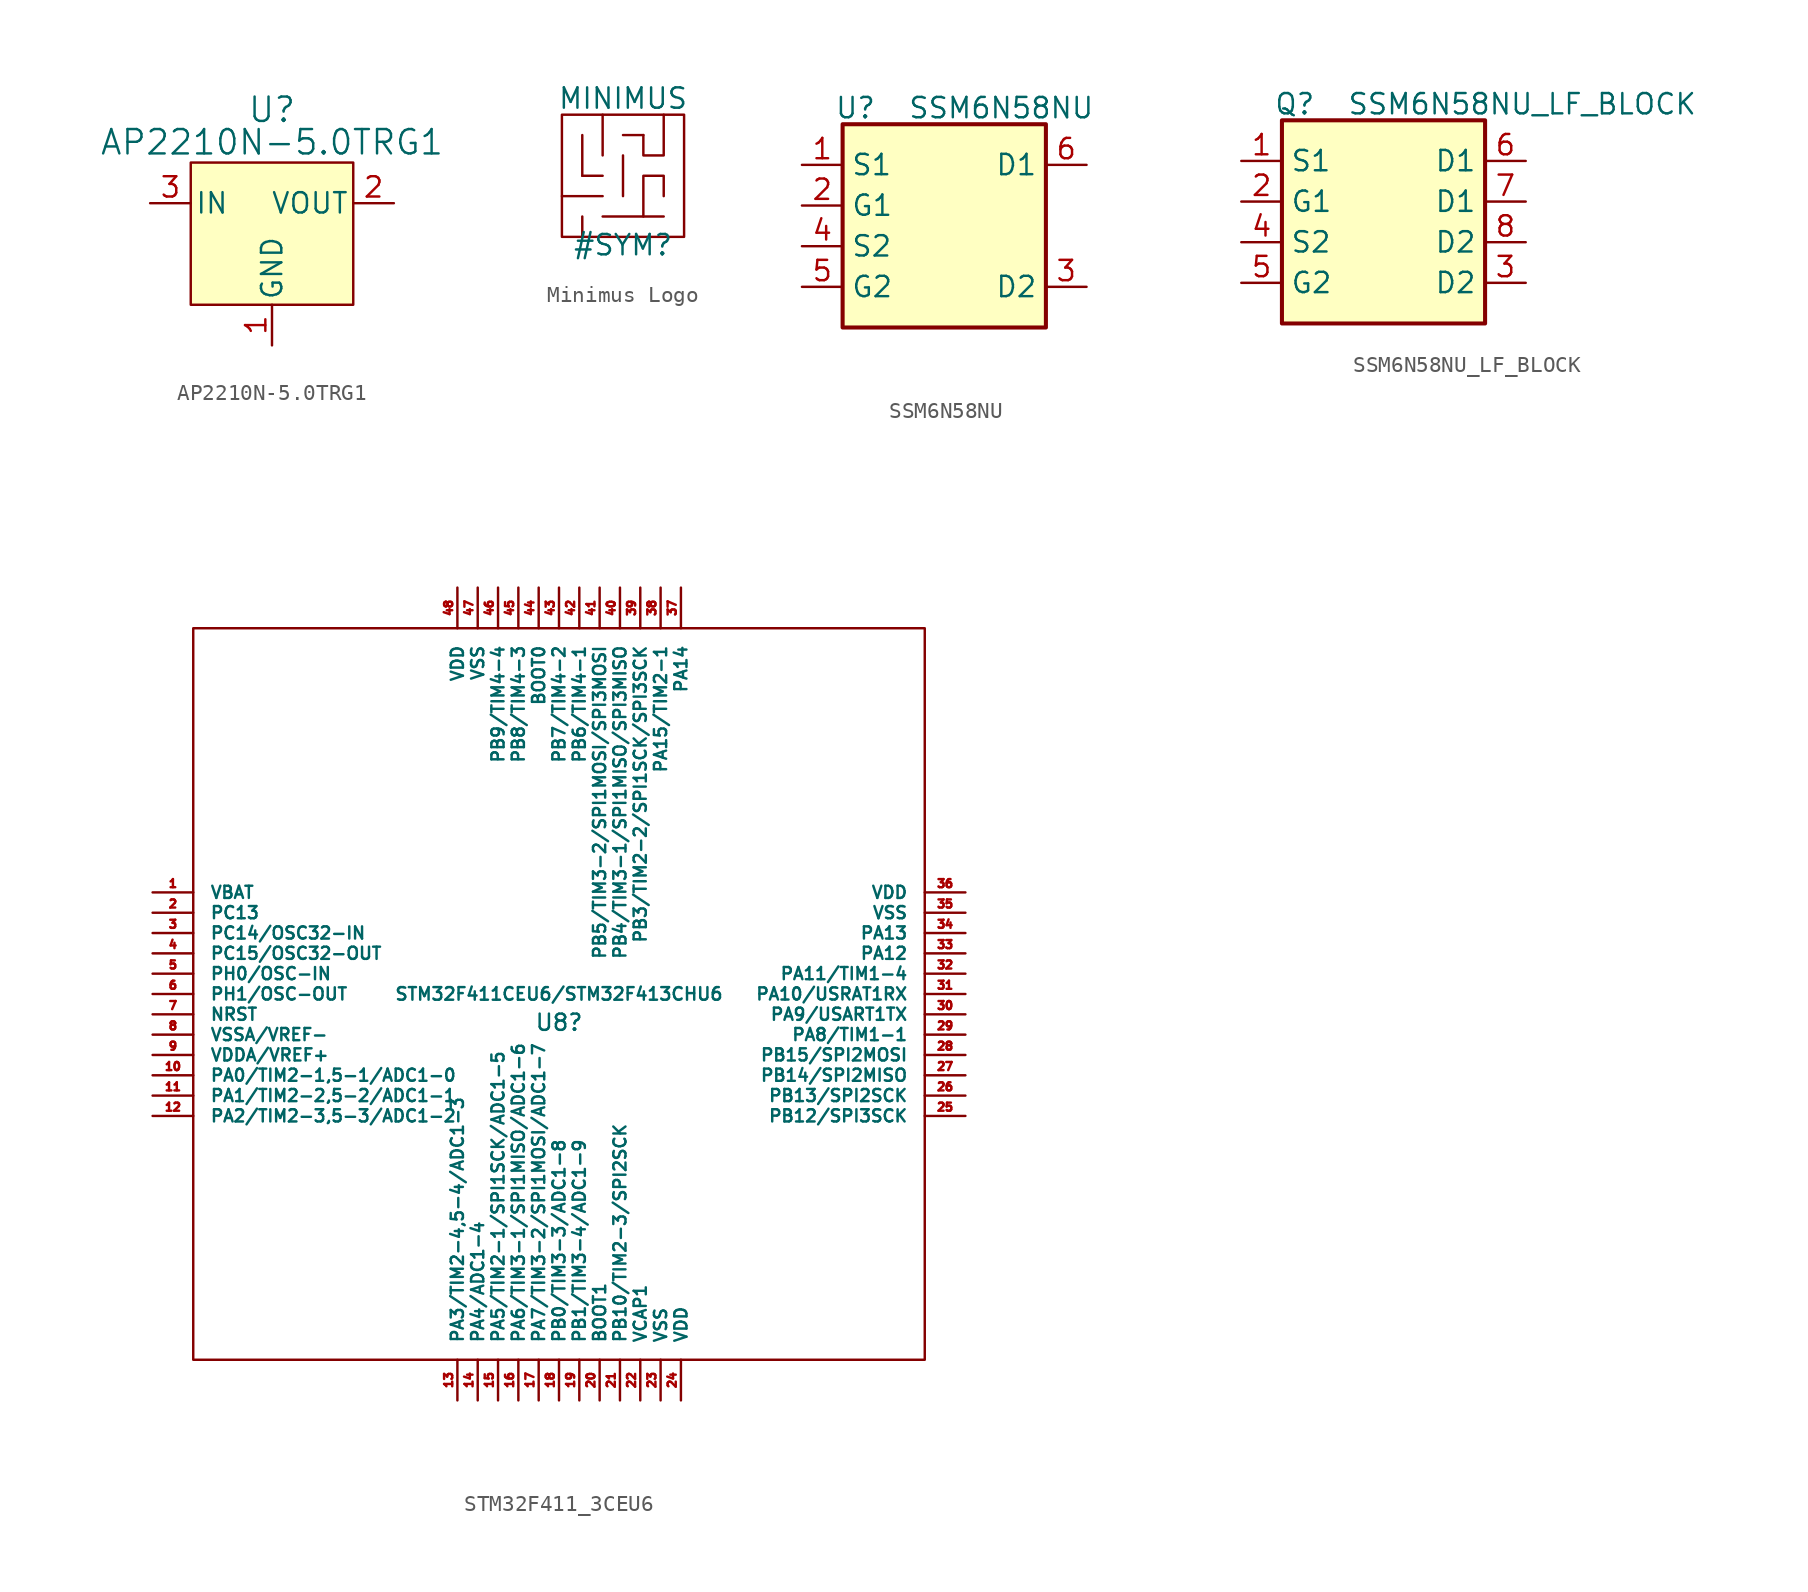
<source format=kicad_sym>
(kicad_symbol_lib
  (version 20241209)
  (generator "kicad_symbol_editor")
  (generator_version "9.0")
  (symbol "AP2210N-5.0TRG1"
    (pin_names
      (offset 0.254))
    (property "Reference" "U"
      (at 0 7.112 0)
      (effects (font (size 1.524 1.524))))
    (property "Value" "AP2210N-5.0TRG1"
      (at 0 5.08 0)
      (effects (font (size 1.524 1.524))))
    (symbol "AP2210N-5.0TRG1_1_1"
      (rectangle (start -5.08 3.81) (end 5.08 -5.08) (stroke (width 0) (type default)) (fill (type background)))
      (pin unspecified line (at -7.62 1.27 0) (length 2.54) (name "IN" (effects (font (size 1.27 1.27)))) (number "3" (effects (font (size 1.27 1.27)))))
      (pin power_out line (at 0 -7.62 90) (length 2.54) (name "GND" (effects (font (size 1.27 1.27)))) (number "1" (effects (font (size 1.27 1.27)))))
      (pin output line (at 7.62 1.27 180) (length 2.54) (name "VOUT" (effects (font (size 1.27 1.27)))) (number "2" (effects (font (size 1.27 1.27)))))))
  (symbol "Minimus Logo"
    (property "Reference" "#SYM"
      (at 0 -4.318 0)
      (effects (font (size 1.27 1.27))))
    (property "Value" "MINIMUS"
      (at 0 4.826 0)
      (effects (font (size 1.27 1.27))))
    (symbol "Minimus Logo_0_1"
      (rectangle (start -3.81 3.81) (end 3.81 -3.81) (stroke (width 0) (type default)) (fill (type none))))
    (symbol "Minimus Logo_1_1"
      (polyline (pts (xy -3.81 -1.27) (xy -1.27 -1.27)) (stroke (width 0) (type default)) (fill (type none)))
      (polyline (pts (xy -2.54 0) (xy -2.54 2.54)) (stroke (width 0) (type default)) (fill (type none)))
      (polyline (pts (xy -2.54 -3.81) (xy -2.54 -2.54)) (stroke (width 0) (type default)) (fill (type none)))
      (polyline (pts (xy -1.27 1.27) (xy -1.27 3.81)) (stroke (width 0) (type default)) (fill (type none)))
      (polyline (pts (xy -1.27 0) (xy -2.54 0)) (stroke (width 0) (type default)) (fill (type none)))
      (polyline (pts (xy -1.27 -2.54) (xy 1.27 -2.54) (xy 1.27 0) (xy 2.54 0) (xy 2.54 -1.27)) (stroke (width 0) (type default)) (fill (type none)))
      (polyline (pts (xy 0 2.54) (xy 1.27 2.54)) (stroke (width 0) (type default)) (fill (type none)))
      (polyline (pts (xy 0 -1.27) (xy 0 1.27)) (stroke (width 0) (type default)) (fill (type none)))
      (polyline (pts (xy 1.27 2.54) (xy 1.27 1.27) (xy 2.54 1.27) (xy 2.54 3.81)) (stroke (width 0) (type default)) (fill (type none)))
      (polyline (pts (xy 2.54 -2.54) (xy 1.27 -2.54)) (stroke (width 0) (type default)) (fill (type none)))))
  (symbol "SSM6N58NU"
    (property "Reference" "U"
      (at -6.858 7.366 0)
      (effects (font (size 1.27 1.27)) (justify left)))
    (property "Value" "SSM6N58NU"
      (at -2.286 7.366 0)
      (effects (font (size 1.27 1.27)) (justify left)))
    (symbol "SSM6N58NU_0_1"
      (rectangle (start -6.35 6.35) (end 6.35 -6.35) (stroke (width 0.254) (type default)) (fill (type background))))
    (symbol "SSM6N58NU_1_1"
      (pin passive line (at -8.89 3.81 0) (length 2.54) (name "S1" (effects (font (size 1.27 1.27)))) (number "1" (effects (font (size 1.27 1.27)))))
      (pin input line (at -8.89 1.27 0) (length 2.54) (name "G1" (effects (font (size 1.27 1.27)))) (number "2" (effects (font (size 1.27 1.27)))))
      (pin passive line (at -8.89 -1.27 0) (length 2.54) (name "S2" (effects (font (size 1.27 1.27)))) (number "4" (effects (font (size 1.27 1.27)))))
      (pin input line (at -8.89 -3.81 0) (length 2.54) (name "G2" (effects (font (size 1.27 1.27)))) (number "5" (effects (font (size 1.27 1.27)))))
      (pin no_connect line (at -8.89 -8.89 0) (length 2.54) (hide yes) (name "NC" (effects (font (size 1.27 1.27)))) (number "1" (effects (font (size 1.27 1.27)))))
      (pin output line (at 8.89 3.81 180) (length 2.54) (name "D1" (effects (font (size 1.27 1.27)))) (number "6" (effects (font (size 1.27 1.27)))))
      (pin no_connect line (at 8.89 0 180) (length 2.54) (hide yes) (name "NC" (effects (font (size 1.27 1.27)))) (number "8" (effects (font (size 1.27 1.27)))))
      (pin output line (at 8.89 -3.81 180) (length 2.54) (name "D2" (effects (font (size 1.27 1.27)))) (number "3" (effects (font (size 1.27 1.27)))))))
  (symbol "SSM6N58NU_LF_BLOCK"
    (property "Reference" "Q"
      (at -6.858 7.366 0)
      (effects (font (size 1.27 1.27)) (justify left)))
    (property "Value" "SSM6N58NU_LF_BLOCK"
      (at -2.286 7.366 0)
      (effects (font (size 1.27 1.27)) (justify left)))
    (symbol "SSM6N58NU_LF_BLOCK_0_1"
      (rectangle (start -6.35 6.35) (end 6.35 -6.35) (stroke (width 0.254) (type default)) (fill (type background))))
    (symbol "SSM6N58NU_LF_BLOCK_1_1"
      (pin passive line (at -8.89 3.81 0) (length 2.54) (name "S1" (effects (font (size 1.27 1.27)))) (number "1" (effects (font (size 1.27 1.27)))))
      (pin input line (at -8.89 1.27 0) (length 2.54) (name "G1" (effects (font (size 1.27 1.27)))) (number "2" (effects (font (size 1.27 1.27)))))
      (pin passive line (at -8.89 -1.27 0) (length 2.54) (name "S2" (effects (font (size 1.27 1.27)))) (number "4" (effects (font (size 1.27 1.27)))))
      (pin input line (at -8.89 -3.81 0) (length 2.54) (name "G2" (effects (font (size 1.27 1.27)))) (number "5" (effects (font (size 1.27 1.27)))))
      (pin passive line (at 8.89 3.81 180) (length 2.54) (name "D1" (effects (font (size 1.27 1.27)))) (number "6" (effects (font (size 1.27 1.27)))))
      (pin passive line (at 8.89 1.27 180) (length 2.54) (name "D1" (effects (font (size 1.27 1.27)))) (number "7" (effects (font (size 1.27 1.27)))))
      (pin passive line (at 8.89 -1.27 180) (length 2.54) (name "D2" (effects (font (size 1.27 1.27)))) (number "8" (effects (font (size 1.27 1.27)))))
      (pin passive line (at 8.89 -3.81 180) (length 2.54) (name "D2" (effects (font (size 1.27 1.27)))) (number "3" (effects (font (size 1.27 1.27)))))))
  (symbol "STM32F411_3CEU6"
    (pin_names
      (offset 1.016))
    (property "Reference" "U8"
      (at 0 -1.778 0)
      (effects (font (size 1.016 1.016))))
    (property "Value" "STM32F411CEU6/STM32F413CHU6"
      (at 0 0 0)
      (effects (font (size 0.787 0.787))))
    (symbol "STM32F411_3CEU6_0_1"
      (rectangle (start -22.86 22.86) (end 22.86 -22.86) (stroke (width 0) (type solid)) (fill (type none))))
    (symbol "STM32F411_3CEU6_1_1"
      (pin input line (at -25.4 6.35 0) (length 2.54) (name "VBAT" (effects (font (size 0.762 0.762)))) (number "1" (effects (font (size 0.508 0.508)))))
      (pin input line (at -25.4 5.08 0) (length 2.54) (name "PC13" (effects (font (size 0.762 0.762)))) (number "2" (effects (font (size 0.508 0.508)))))
      (pin input line (at -25.4 3.81 0) (length 2.54) (name "PC14/OSC32-IN" (effects (font (size 0.762 0.762)))) (number "3" (effects (font (size 0.508 0.508)))))
      (pin input line (at -25.4 2.54 0) (length 2.54) (name "PC15/OSC32-OUT" (effects (font (size 0.762 0.762)))) (number "4" (effects (font (size 0.508 0.508)))))
      (pin input line (at -25.4 1.27 0) (length 2.54) (name "PH0/OSC-IN" (effects (font (size 0.762 0.762)))) (number "5" (effects (font (size 0.508 0.508)))))
      (pin input line (at -25.4 0 0) (length 2.54) (name "PH1/OSC-OUT" (effects (font (size 0.762 0.762)))) (number "6" (effects (font (size 0.508 0.508)))))
      (pin input line (at -25.4 -1.27 0) (length 2.54) (name "NRST" (effects (font (size 0.762 0.762)))) (number "7" (effects (font (size 0.508 0.508)))))
      (pin input line (at -25.4 -2.54 0) (length 2.54) (name "VSSA/VREF-" (effects (font (size 0.762 0.762)))) (number "8" (effects (font (size 0.508 0.508)))))
      (pin input line (at -25.4 -3.81 0) (length 2.54) (name "VDDA/VREF+" (effects (font (size 0.762 0.762)))) (number "9" (effects (font (size 0.508 0.508)))))
      (pin input line (at -25.4 -5.08 0) (length 2.54) (name "PA0/TIM2-1,5-1/ADC1-0" (effects (font (size 0.762 0.762)))) (number "10" (effects (font (size 0.508 0.508)))))
      (pin input line (at -25.4 -6.35 0) (length 2.54) (name "PA1/TIM2-2,5-2/ADC1-1" (effects (font (size 0.762 0.762)))) (number "11" (effects (font (size 0.508 0.508)))))
      (pin input line (at -25.4 -7.62 0) (length 2.54) (name "PA2/TIM2-3,5-3/ADC1-2" (effects (font (size 0.762 0.762)))) (number "12" (effects (font (size 0.508 0.508)))))
      (pin input line (at -6.35 25.4 270) (length 2.54) (name "VDD" (effects (font (size 0.762 0.762)))) (number "48" (effects (font (size 0.508 0.508)))))
      (pin input line (at -6.35 -25.4 90) (length 2.54) (name "PA3/TIM2-4,5-4/ADC1-3" (effects (font (size 0.762 0.762)))) (number "13" (effects (font (size 0.508 0.508)))))
      (pin input line (at -5.08 25.4 270) (length 2.54) (name "VSS" (effects (font (size 0.762 0.762)))) (number "47" (effects (font (size 0.508 0.508)))))
      (pin input line (at -5.08 -25.4 90) (length 2.54) (name "PA4/ADC1-4" (effects (font (size 0.762 0.762)))) (number "14" (effects (font (size 0.508 0.508)))))
      (pin input line (at -3.81 25.4 270) (length 2.54) (name "PB9/TIM4-4" (effects (font (size 0.762 0.762)))) (number "46" (effects (font (size 0.508 0.508)))))
      (pin input line (at -3.81 -25.4 90) (length 2.54) (name "PA5/TIM2-1/SPI1SCK/ADC1-5" (effects (font (size 0.762 0.762)))) (number "15" (effects (font (size 0.508 0.508)))))
      (pin input line (at -2.54 25.4 270) (length 2.54) (name "PB8/TIM4-3" (effects (font (size 0.762 0.762)))) (number "45" (effects (font (size 0.508 0.508)))))
      (pin input line (at -2.54 -25.4 90) (length 2.54) (name "PA6/TIM3-1/SPI1MISO/ADC1-6" (effects (font (size 0.762 0.762)))) (number "16" (effects (font (size 0.508 0.508)))))
      (pin input line (at -1.27 25.4 270) (length 2.54) (name "BOOT0" (effects (font (size 0.762 0.762)))) (number "44" (effects (font (size 0.508 0.508)))))
      (pin input line (at -1.27 -25.4 90) (length 2.54) (name "PA7/TIM3-2/SPI1MOSI/ADC1-7" (effects (font (size 0.762 0.762)))) (number "17" (effects (font (size 0.508 0.508)))))
      (pin input line (at 0 25.4 270) (length 2.54) (name "PB7/TIM4-2" (effects (font (size 0.762 0.762)))) (number "43" (effects (font (size 0.508 0.508)))))
      (pin input line (at 0 -25.4 90) (length 2.54) (name "PB0/TIM3-3/ADC1-8" (effects (font (size 0.762 0.762)))) (number "18" (effects (font (size 0.508 0.508)))))
      (pin input line (at 1.27 25.4 270) (length 2.54) (name "PB6/TIM4-1" (effects (font (size 0.762 0.762)))) (number "42" (effects (font (size 0.508 0.508)))))
      (pin input line (at 1.27 -25.4 90) (length 2.54) (name "PB1/TIM3-4/ADC1-9" (effects (font (size 0.762 0.762)))) (number "19" (effects (font (size 0.508 0.508)))))
      (pin input line (at 2.54 25.4 270) (length 2.54) (name "PB5/TIM3-2/SPI1MOSI/SPI3MOSI" (effects (font (size 0.762 0.762)))) (number "41" (effects (font (size 0.508 0.508)))))
      (pin input line (at 2.54 -25.4 90) (length 2.54) (name "BOOT1" (effects (font (size 0.762 0.762)))) (number "20" (effects (font (size 0.508 0.508)))))
      (pin input line (at 3.81 25.4 270) (length 2.54) (name "PB4/TIM3-1/SPI1MISO/SPI3MISO" (effects (font (size 0.762 0.762)))) (number "40" (effects (font (size 0.508 0.508)))))
      (pin input line (at 3.81 -25.4 90) (length 2.54) (name "PB10/TIM2-3/SPI2SCK" (effects (font (size 0.762 0.762)))) (number "21" (effects (font (size 0.508 0.508)))))
      (pin input line (at 5.08 25.4 270) (length 2.54) (name "PB3/TIM2-2/SPI1SCK/SPI3SCK" (effects (font (size 0.762 0.762)))) (number "39" (effects (font (size 0.508 0.508)))))
      (pin input line (at 5.08 -25.4 90) (length 2.54) (name "VCAP1" (effects (font (size 0.762 0.762)))) (number "22" (effects (font (size 0.508 0.508)))))
      (pin input line (at 6.35 25.4 270) (length 2.54) (name "PA15/TIM2-1" (effects (font (size 0.762 0.762)))) (number "38" (effects (font (size 0.508 0.508)))))
      (pin input line (at 6.35 -25.4 90) (length 2.54) (name "VSS" (effects (font (size 0.762 0.762)))) (number "23" (effects (font (size 0.508 0.508)))))
      (pin input line (at 7.62 25.4 270) (length 2.54) (name "PA14" (effects (font (size 0.762 0.762)))) (number "37" (effects (font (size 0.508 0.508)))))
      (pin input line (at 7.62 -25.4 90) (length 2.54) (name "VDD" (effects (font (size 0.762 0.762)))) (number "24" (effects (font (size 0.508 0.508)))))
      (pin input line (at 25.4 6.35 180) (length 2.54) (name "VDD" (effects (font (size 0.762 0.762)))) (number "36" (effects (font (size 0.508 0.508)))))
      (pin input line (at 25.4 5.08 180) (length 2.54) (name "VSS" (effects (font (size 0.762 0.762)))) (number "35" (effects (font (size 0.508 0.508)))))
      (pin input line (at 25.4 3.81 180) (length 2.54) (name "PA13" (effects (font (size 0.762 0.762)))) (number "34" (effects (font (size 0.508 0.508)))))
      (pin input line (at 25.4 2.54 180) (length 2.54) (name "PA12" (effects (font (size 0.762 0.762)))) (number "33" (effects (font (size 0.508 0.508)))))
      (pin input line (at 25.4 1.27 180) (length 2.54) (name "PA11/TIM1-4" (effects (font (size 0.762 0.762)))) (number "32" (effects (font (size 0.508 0.508)))))
      (pin input line (at 25.4 0 180) (length 2.54) (name "PA10/USRAT1RX" (effects (font (size 0.762 0.762)))) (number "31" (effects (font (size 0.508 0.508)))))
      (pin input line (at 25.4 -1.27 180) (length 2.54) (name "PA9/USART1TX" (effects (font (size 0.762 0.762)))) (number "30" (effects (font (size 0.508 0.508)))))
      (pin input line (at 25.4 -2.54 180) (length 2.54) (name "PA8/TIM1-1" (effects (font (size 0.762 0.762)))) (number "29" (effects (font (size 0.508 0.508)))))
      (pin input line (at 25.4 -3.81 180) (length 2.54) (name "PB15/SPI2MOSI" (effects (font (size 0.762 0.762)))) (number "28" (effects (font (size 0.508 0.508)))))
      (pin input line (at 25.4 -5.08 180) (length 2.54) (name "PB14/SPI2MISO" (effects (font (size 0.762 0.762)))) (number "27" (effects (font (size 0.508 0.508)))))
      (pin input line (at 25.4 -6.35 180) (length 2.54) (name "PB13/SPI2SCK" (effects (font (size 0.762 0.762)))) (number "26" (effects (font (size 0.508 0.508)))))
      (pin input line (at 25.4 -7.62 180) (length 2.54) (name "PB12/SPI3SCK" (effects (font (size 0.762 0.762)))) (number "25" (effects (font (size 0.508 0.508))))))))
</source>
